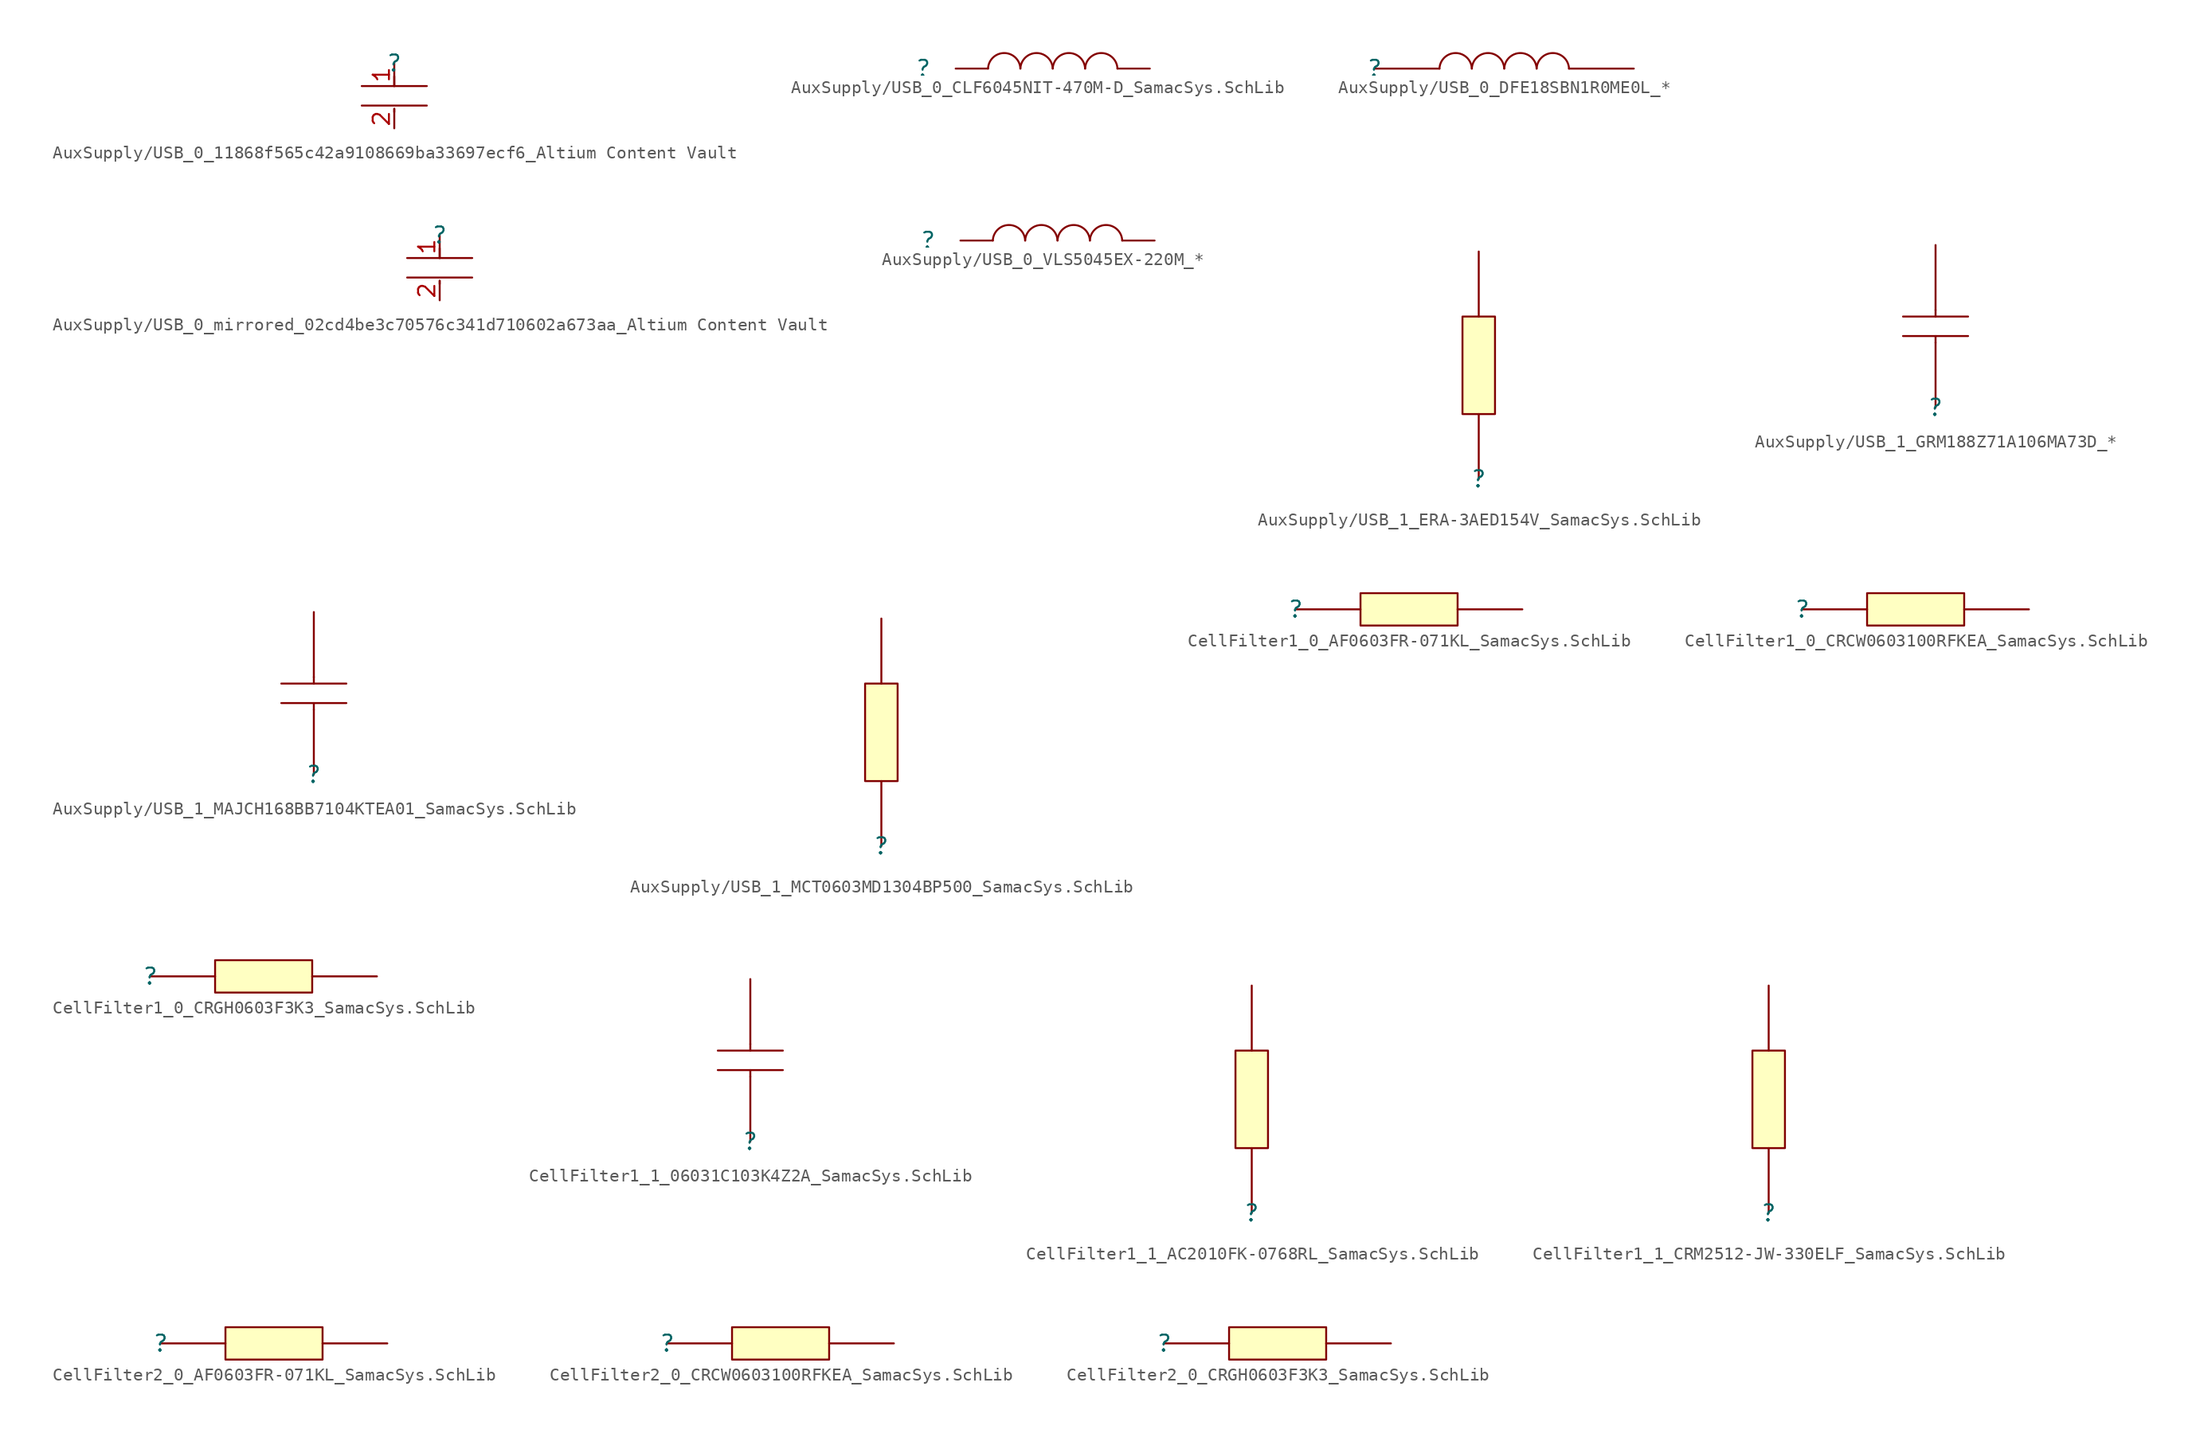
<source format=kicad_sym>
(kicad_symbol_lib
  (version 20241209)
  (generator "kicad_symbol_editor")
  (generator_version "9.0")
  (symbol "AuxSupply/USB_0_11868f565c42a9108669ba33697ecf6_Altium Content Vault"
    (pin_names
      (hide yes))
    (property "Reference" ""
      (at 0 0 0)
      (effects (font (size 1.27 1.27))))
    (property "Value" ""
      (at 0 0 0)
      (effects (font (size 1.27 1.27))))
    (symbol "AuxSupply/USB_0_11868f565c42a9108669ba33697ecf6_Altium Content Vault_1_0"
      (polyline (pts (xy 0 -1.778) (xy 0 -1.016)) (stroke (width 0) (type solid)) (fill (type none)))
      (polyline (pts (xy 0 -3.556) (xy 0 -3.81)) (stroke (width 0) (type solid)) (fill (type none)))
      (polyline (pts (xy 2.54 -1.778) (xy -2.54 -1.778)) (stroke (width 0) (type solid)) (fill (type none)))
      (polyline (pts (xy 2.54 -3.302) (xy -2.54 -3.302)) (stroke (width 0) (type solid)) (fill (type none)))
      (pin passive line (at 0 0 270) (length 1.778) (name "1" (effects (font (size 1.27 1.27)))) (number "1" (effects (font (size 1.27 1.27)))))
      (pin passive line (at 0 -5.08 90) (length 1.524) (name "2" (effects (font (size 1.27 1.27)))) (number "2" (effects (font (size 1.27 1.27)))))))
  (symbol "AuxSupply/USB_0_CLF6045NIT-470M-D_SamacSys.SchLib"
    (pin_numbers
      (hide yes))
    (pin_names
      (hide yes))
    (property "Reference" ""
      (at 0 0 0)
      (effects (font (size 1.27 1.27))))
    (property "Value" ""
      (at 0 0 0)
      (effects (font (size 1.27 1.27))))
    (symbol "AuxSupply/USB_0_CLF6045NIT-470M-D_SamacSys.SchLib_1_0"
      (arc (start 5.081 0) (mid 6.35 1.219) (end 7.619 0) (stroke (width 0) (type solid)) (fill (type none)))
      (arc (start 7.621 0) (mid 8.89 1.219) (end 10.159 0) (stroke (width 0) (type solid)) (fill (type none)))
      (arc (start 10.161 0) (mid 11.43 1.219) (end 12.699 0) (stroke (width 0) (type solid)) (fill (type none)))
      (arc (start 12.701 0) (mid 13.97 1.219) (end 15.239 0) (stroke (width 0) (type solid)) (fill (type none)))
      (pin passive line (at 2.54 0 0) (length 2.54) (name "1" (effects (font (size 1.27 1.27)))) (number "1" (effects (font (size 1.27 1.27)))))
      (pin passive line (at 17.78 0 180) (length 2.54) (name "2" (effects (font (size 1.27 1.27)))) (number "2" (effects (font (size 1.27 1.27)))))))
  (symbol "AuxSupply/USB_0_DFE18SBN1R0ME0L_*"
    (pin_numbers
      (hide yes))
    (pin_names
      (hide yes))
    (property "Reference" ""
      (at 0 0 0)
      (effects (font (size 1.27 1.27))))
    (property "Value" ""
      (at 0 0 0)
      (effects (font (size 1.27 1.27))))
    (symbol "AuxSupply/USB_0_DFE18SBN1R0ME0L_*_1_0"
      (arc (start 5.081 0) (mid 6.35 1.219) (end 7.619 0) (stroke (width 0) (type solid)) (fill (type none)))
      (arc (start 7.621 0) (mid 8.89 1.219) (end 10.159 0) (stroke (width 0) (type solid)) (fill (type none)))
      (arc (start 10.161 0) (mid 11.43 1.219) (end 12.699 0) (stroke (width 0) (type solid)) (fill (type none)))
      (arc (start 12.701 0) (mid 13.97 1.219) (end 15.239 0) (stroke (width 0) (type solid)) (fill (type none)))
      (pin passive line (at 0 0 0) (length 5.08) (name "1" (effects (font (size 1.27 1.27)))) (number "1" (effects (font (size 1.27 1.27)))))
      (pin passive line (at 20.32 0 180) (length 5.08) (name "2" (effects (font (size 1.27 1.27)))) (number "2" (effects (font (size 1.27 1.27)))))))
  (symbol "AuxSupply/USB_0_mirrored_02cd4be3c70576c341d710602a673aa_Altium Content Vault"
    (pin_names
      (hide yes))
    (property "Reference" ""
      (at 0 0 0)
      (effects (font (size 1.27 1.27))))
    (property "Value" ""
      (at 0 0 0)
      (effects (font (size 1.27 1.27))))
    (symbol "AuxSupply/USB_0_mirrored_02cd4be3c70576c341d710602a673aa_Altium Content Vault_1_0"
      (polyline (pts (xy -2.54 -1.778) (xy 2.54 -1.778)) (stroke (width 0) (type solid)) (fill (type none)))
      (polyline (pts (xy -2.54 -3.302) (xy 2.54 -3.302)) (stroke (width 0) (type solid)) (fill (type none)))
      (polyline (pts (xy 0 -1.778) (xy 0 -1.016)) (stroke (width 0) (type solid)) (fill (type none)))
      (polyline (pts (xy 0 -3.556) (xy 0 -3.81)) (stroke (width 0) (type solid)) (fill (type none)))
      (pin passive line (at 0 0 270) (length 1.778) (name "1" (effects (font (size 1.27 1.27)))) (number "1" (effects (font (size 1.27 1.27)))))
      (pin passive line (at 0 -5.08 90) (length 1.524) (name "2" (effects (font (size 1.27 1.27)))) (number "2" (effects (font (size 1.27 1.27)))))))
  (symbol "AuxSupply/USB_0_VLS5045EX-220M_*"
    (pin_numbers
      (hide yes))
    (pin_names
      (hide yes))
    (property "Reference" ""
      (at 0 0 0)
      (effects (font (size 1.27 1.27))))
    (property "Value" ""
      (at 0 0 0)
      (effects (font (size 1.27 1.27))))
    (symbol "AuxSupply/USB_0_VLS5045EX-220M_*_1_0"
      (arc (start 5.081 0) (mid 6.35 1.219) (end 7.619 0) (stroke (width 0) (type solid)) (fill (type none)))
      (arc (start 7.621 0) (mid 8.89 1.219) (end 10.159 0) (stroke (width 0) (type solid)) (fill (type none)))
      (arc (start 10.161 0) (mid 11.43 1.219) (end 12.699 0) (stroke (width 0) (type solid)) (fill (type none)))
      (arc (start 12.701 0) (mid 13.97 1.219) (end 15.239 0) (stroke (width 0) (type solid)) (fill (type none)))
      (pin passive line (at 2.54 0 0) (length 2.54) (name "1" (effects (font (size 1.27 1.27)))) (number "1" (effects (font (size 1.27 1.27)))))
      (pin passive line (at 17.78 0 180) (length 2.54) (name "2" (effects (font (size 1.27 1.27)))) (number "2" (effects (font (size 1.27 1.27)))))))
  (symbol "AuxSupply/USB_1_ERA-3AED154V_SamacSys.SchLib"
    (pin_numbers
      (hide yes))
    (pin_names
      (hide yes))
    (property "Reference" ""
      (at 0 0 0)
      (effects (font (size 1.27 1.27))))
    (property "Value" ""
      (at 0 0 0)
      (effects (font (size 1.27 1.27))))
    (symbol "AuxSupply/USB_1_ERA-3AED154V_SamacSys.SchLib_1_0"
      (rectangle (start 1.27 12.7) (end -1.27 5.08) (stroke (width 0) (type solid) (color 128 0 0 1)) (fill (type background)))
      (pin passive line (at 0 17.78 270) (length 5.08) (name "2" (effects (font (size 1.27 1.27)))) (number "2" (effects (font (size 1.27 1.27)))))
      (pin passive line (at 0 0 90) (length 5.08) (name "1" (effects (font (size 1.27 1.27)))) (number "1" (effects (font (size 1.27 1.27)))))))
  (symbol "AuxSupply/USB_1_GRM188Z71A106MA73D_*"
    (pin_numbers
      (hide yes))
    (pin_names
      (hide yes))
    (property "Reference" ""
      (at 0 0 0)
      (effects (font (size 1.27 1.27))))
    (property "Value" ""
      (at 0 0 0)
      (effects (font (size 1.27 1.27))))
    (symbol "AuxSupply/USB_1_GRM188Z71A106MA73D_*_1_0"
      (polyline (pts (xy -2.54 7.112) (xy 2.54 7.112)) (stroke (width 0) (type solid)) (fill (type none)))
      (polyline (pts (xy -2.54 5.588) (xy 2.54 5.588)) (stroke (width 0) (type solid)) (fill (type none)))
      (polyline (pts (xy 0 7.112) (xy 0 7.62)) (stroke (width 0) (type solid)) (fill (type none)))
      (polyline (pts (xy 0 5.08) (xy 0 5.588)) (stroke (width 0) (type solid)) (fill (type none)))
      (pin passive line (at 0 12.7 270) (length 5.08) (name "2" (effects (font (size 1.27 1.27)))) (number "2" (effects (font (size 1.27 1.27)))))
      (pin passive line (at 0 0 90) (length 5.08) (name "1" (effects (font (size 1.27 1.27)))) (number "1" (effects (font (size 1.27 1.27)))))))
  (symbol "AuxSupply/USB_1_MAJCH168BB7104KTEA01_SamacSys.SchLib"
    (pin_numbers
      (hide yes))
    (pin_names
      (hide yes))
    (property "Reference" ""
      (at 0 0 0)
      (effects (font (size 1.27 1.27))))
    (property "Value" ""
      (at 0 0 0)
      (effects (font (size 1.27 1.27))))
    (symbol "AuxSupply/USB_1_MAJCH168BB7104KTEA01_SamacSys.SchLib_1_0"
      (polyline (pts (xy -2.54 7.112) (xy 2.54 7.112)) (stroke (width 0) (type solid)) (fill (type none)))
      (polyline (pts (xy -2.54 5.588) (xy 2.54 5.588)) (stroke (width 0) (type solid)) (fill (type none)))
      (polyline (pts (xy 0 7.112) (xy 0 7.62)) (stroke (width 0) (type solid)) (fill (type none)))
      (polyline (pts (xy 0 5.08) (xy 0 5.588)) (stroke (width 0) (type solid)) (fill (type none)))
      (pin passive line (at 0 12.7 270) (length 5.08) (name "2" (effects (font (size 1.27 1.27)))) (number "2" (effects (font (size 1.27 1.27)))))
      (pin passive line (at 0 0 90) (length 5.08) (name "1" (effects (font (size 1.27 1.27)))) (number "1" (effects (font (size 1.27 1.27)))))))
  (symbol "AuxSupply/USB_1_MCT0603MD1304BP500_SamacSys.SchLib"
    (pin_numbers
      (hide yes))
    (pin_names
      (hide yes))
    (property "Reference" ""
      (at 0 0 0)
      (effects (font (size 1.27 1.27))))
    (property "Value" ""
      (at 0 0 0)
      (effects (font (size 1.27 1.27))))
    (symbol "AuxSupply/USB_1_MCT0603MD1304BP500_SamacSys.SchLib_1_0"
      (rectangle (start 1.27 12.7) (end -1.27 5.08) (stroke (width 0) (type solid) (color 128 0 0 1)) (fill (type background)))
      (pin passive line (at 0 17.78 270) (length 5.08) (name "2" (effects (font (size 1.27 1.27)))) (number "2" (effects (font (size 1.27 1.27)))))
      (pin passive line (at 0 0 90) (length 5.08) (name "1" (effects (font (size 1.27 1.27)))) (number "1" (effects (font (size 1.27 1.27)))))))
  (symbol "CellFilter1_0_AF0603FR-071KL_SamacSys.SchLib"
    (pin_numbers
      (hide yes))
    (pin_names
      (hide yes))
    (property "Reference" ""
      (at 0 0 0)
      (effects (font (size 1.27 1.27))))
    (property "Value" ""
      (at 0 0 0)
      (effects (font (size 1.27 1.27))))
    (symbol "CellFilter1_0_AF0603FR-071KL_SamacSys.SchLib_1_0"
      (rectangle (start 12.7 1.27) (end 5.08 -1.27) (stroke (width 0) (type solid) (color 128 0 0 1)) (fill (type background)))
      (pin passive line (at 0 0 0) (length 5.08) (name "1" (effects (font (size 1.27 1.27)))) (number "1" (effects (font (size 1.27 1.27)))))
      (pin passive line (at 17.78 0 180) (length 5.08) (name "2" (effects (font (size 1.27 1.27)))) (number "2" (effects (font (size 1.27 1.27)))))))
  (symbol "CellFilter1_0_CRCW0603100RFKEA_SamacSys.SchLib"
    (pin_numbers
      (hide yes))
    (pin_names
      (hide yes))
    (property "Reference" ""
      (at 0 0 0)
      (effects (font (size 1.27 1.27))))
    (property "Value" ""
      (at 0 0 0)
      (effects (font (size 1.27 1.27))))
    (symbol "CellFilter1_0_CRCW0603100RFKEA_SamacSys.SchLib_1_0"
      (rectangle (start 12.7 1.27) (end 5.08 -1.27) (stroke (width 0) (type solid) (color 128 0 0 1)) (fill (type background)))
      (pin passive line (at 0 0 0) (length 5.08) (name "1" (effects (font (size 1.27 1.27)))) (number "1" (effects (font (size 1.27 1.27)))))
      (pin passive line (at 17.78 0 180) (length 5.08) (name "2" (effects (font (size 1.27 1.27)))) (number "2" (effects (font (size 1.27 1.27)))))))
  (symbol "CellFilter1_0_CRGH0603F3K3_SamacSys.SchLib"
    (pin_numbers
      (hide yes))
    (pin_names
      (hide yes))
    (property "Reference" ""
      (at 0 0 0)
      (effects (font (size 1.27 1.27))))
    (property "Value" ""
      (at 0 0 0)
      (effects (font (size 1.27 1.27))))
    (symbol "CellFilter1_0_CRGH0603F3K3_SamacSys.SchLib_1_0"
      (rectangle (start 12.7 1.27) (end 5.08 -1.27) (stroke (width 0) (type solid) (color 128 0 0 1)) (fill (type background)))
      (pin passive line (at 0 0 0) (length 5.08) (name "1" (effects (font (size 1.27 1.27)))) (number "1" (effects (font (size 1.27 1.27)))))
      (pin passive line (at 17.78 0 180) (length 5.08) (name "2" (effects (font (size 1.27 1.27)))) (number "2" (effects (font (size 1.27 1.27)))))))
  (symbol "CellFilter1_1_06031C103K4Z2A_SamacSys.SchLib"
    (pin_numbers
      (hide yes))
    (pin_names
      (hide yes))
    (property "Reference" ""
      (at 0 0 0)
      (effects (font (size 1.27 1.27))))
    (property "Value" ""
      (at 0 0 0)
      (effects (font (size 1.27 1.27))))
    (symbol "CellFilter1_1_06031C103K4Z2A_SamacSys.SchLib_1_0"
      (polyline (pts (xy -2.54 7.112) (xy 2.54 7.112)) (stroke (width 0) (type solid)) (fill (type none)))
      (polyline (pts (xy -2.54 5.588) (xy 2.54 5.588)) (stroke (width 0) (type solid)) (fill (type none)))
      (polyline (pts (xy 0 7.112) (xy 0 7.62)) (stroke (width 0) (type solid)) (fill (type none)))
      (polyline (pts (xy 0 5.08) (xy 0 5.588)) (stroke (width 0) (type solid)) (fill (type none)))
      (pin passive line (at 0 12.7 270) (length 5.08) (name "2" (effects (font (size 1.27 1.27)))) (number "2" (effects (font (size 1.27 1.27)))))
      (pin passive line (at 0 0 90) (length 5.08) (name "1" (effects (font (size 1.27 1.27)))) (number "1" (effects (font (size 1.27 1.27)))))))
  (symbol "CellFilter1_1_AC2010FK-0768RL_SamacSys.SchLib"
    (pin_numbers
      (hide yes))
    (pin_names
      (hide yes))
    (property "Reference" ""
      (at 0 0 0)
      (effects (font (size 1.27 1.27))))
    (property "Value" ""
      (at 0 0 0)
      (effects (font (size 1.27 1.27))))
    (symbol "CellFilter1_1_AC2010FK-0768RL_SamacSys.SchLib_1_0"
      (rectangle (start 1.27 12.7) (end -1.27 5.08) (stroke (width 0) (type solid) (color 128 0 0 1)) (fill (type background)))
      (pin passive line (at 0 17.78 270) (length 5.08) (name "2" (effects (font (size 1.27 1.27)))) (number "2" (effects (font (size 1.27 1.27)))))
      (pin passive line (at 0 0 90) (length 5.08) (name "1" (effects (font (size 1.27 1.27)))) (number "1" (effects (font (size 1.27 1.27)))))))
  (symbol "CellFilter1_1_CRM2512-JW-330ELF_SamacSys.SchLib"
    (pin_numbers
      (hide yes))
    (pin_names
      (hide yes))
    (property "Reference" ""
      (at 0 0 0)
      (effects (font (size 1.27 1.27))))
    (property "Value" ""
      (at 0 0 0)
      (effects (font (size 1.27 1.27))))
    (symbol "CellFilter1_1_CRM2512-JW-330ELF_SamacSys.SchLib_1_0"
      (rectangle (start 1.27 12.7) (end -1.27 5.08) (stroke (width 0) (type solid) (color 128 0 0 1)) (fill (type background)))
      (pin passive line (at 0 17.78 270) (length 5.08) (name "2" (effects (font (size 1.27 1.27)))) (number "2" (effects (font (size 1.27 1.27)))))
      (pin passive line (at 0 0 90) (length 5.08) (name "1" (effects (font (size 1.27 1.27)))) (number "1" (effects (font (size 1.27 1.27)))))))
  (symbol "CellFilter2_0_AF0603FR-071KL_SamacSys.SchLib"
    (pin_numbers
      (hide yes))
    (pin_names
      (hide yes))
    (property "Reference" ""
      (at 0 0 0)
      (effects (font (size 1.27 1.27))))
    (property "Value" ""
      (at 0 0 0)
      (effects (font (size 1.27 1.27))))
    (symbol "CellFilter2_0_AF0603FR-071KL_SamacSys.SchLib_1_0"
      (rectangle (start 12.7 1.27) (end 5.08 -1.27) (stroke (width 0) (type solid) (color 128 0 0 1)) (fill (type background)))
      (pin passive line (at 0 0 0) (length 5.08) (name "1" (effects (font (size 1.27 1.27)))) (number "1" (effects (font (size 1.27 1.27)))))
      (pin passive line (at 17.78 0 180) (length 5.08) (name "2" (effects (font (size 1.27 1.27)))) (number "2" (effects (font (size 1.27 1.27)))))))
  (symbol "CellFilter2_0_CRCW0603100RFKEA_SamacSys.SchLib"
    (pin_numbers
      (hide yes))
    (pin_names
      (hide yes))
    (property "Reference" ""
      (at 0 0 0)
      (effects (font (size 1.27 1.27))))
    (property "Value" ""
      (at 0 0 0)
      (effects (font (size 1.27 1.27))))
    (symbol "CellFilter2_0_CRCW0603100RFKEA_SamacSys.SchLib_1_0"
      (rectangle (start 12.7 1.27) (end 5.08 -1.27) (stroke (width 0) (type solid) (color 128 0 0 1)) (fill (type background)))
      (pin passive line (at 0 0 0) (length 5.08) (name "1" (effects (font (size 1.27 1.27)))) (number "1" (effects (font (size 1.27 1.27)))))
      (pin passive line (at 17.78 0 180) (length 5.08) (name "2" (effects (font (size 1.27 1.27)))) (number "2" (effects (font (size 1.27 1.27)))))))
  (symbol "CellFilter2_0_CRGH0603F3K3_SamacSys.SchLib"
    (pin_numbers
      (hide yes))
    (pin_names
      (hide yes))
    (property "Reference" ""
      (at 0 0 0)
      (effects (font (size 1.27 1.27))))
    (property "Value" ""
      (at 0 0 0)
      (effects (font (size 1.27 1.27))))
    (symbol "CellFilter2_0_CRGH0603F3K3_SamacSys.SchLib_1_0"
      (rectangle (start 12.7 1.27) (end 5.08 -1.27) (stroke (width 0) (type solid) (color 128 0 0 1)) (fill (type background)))
      (pin passive line (at 0 0 0) (length 5.08) (name "1" (effects (font (size 1.27 1.27)))) (number "1" (effects (font (size 1.27 1.27)))))
      (pin passive line (at 17.78 0 180) (length 5.08) (name "2" (effects (font (size 1.27 1.27)))) (number "2" (effects (font (size 1.27 1.27))))))))
</source>
